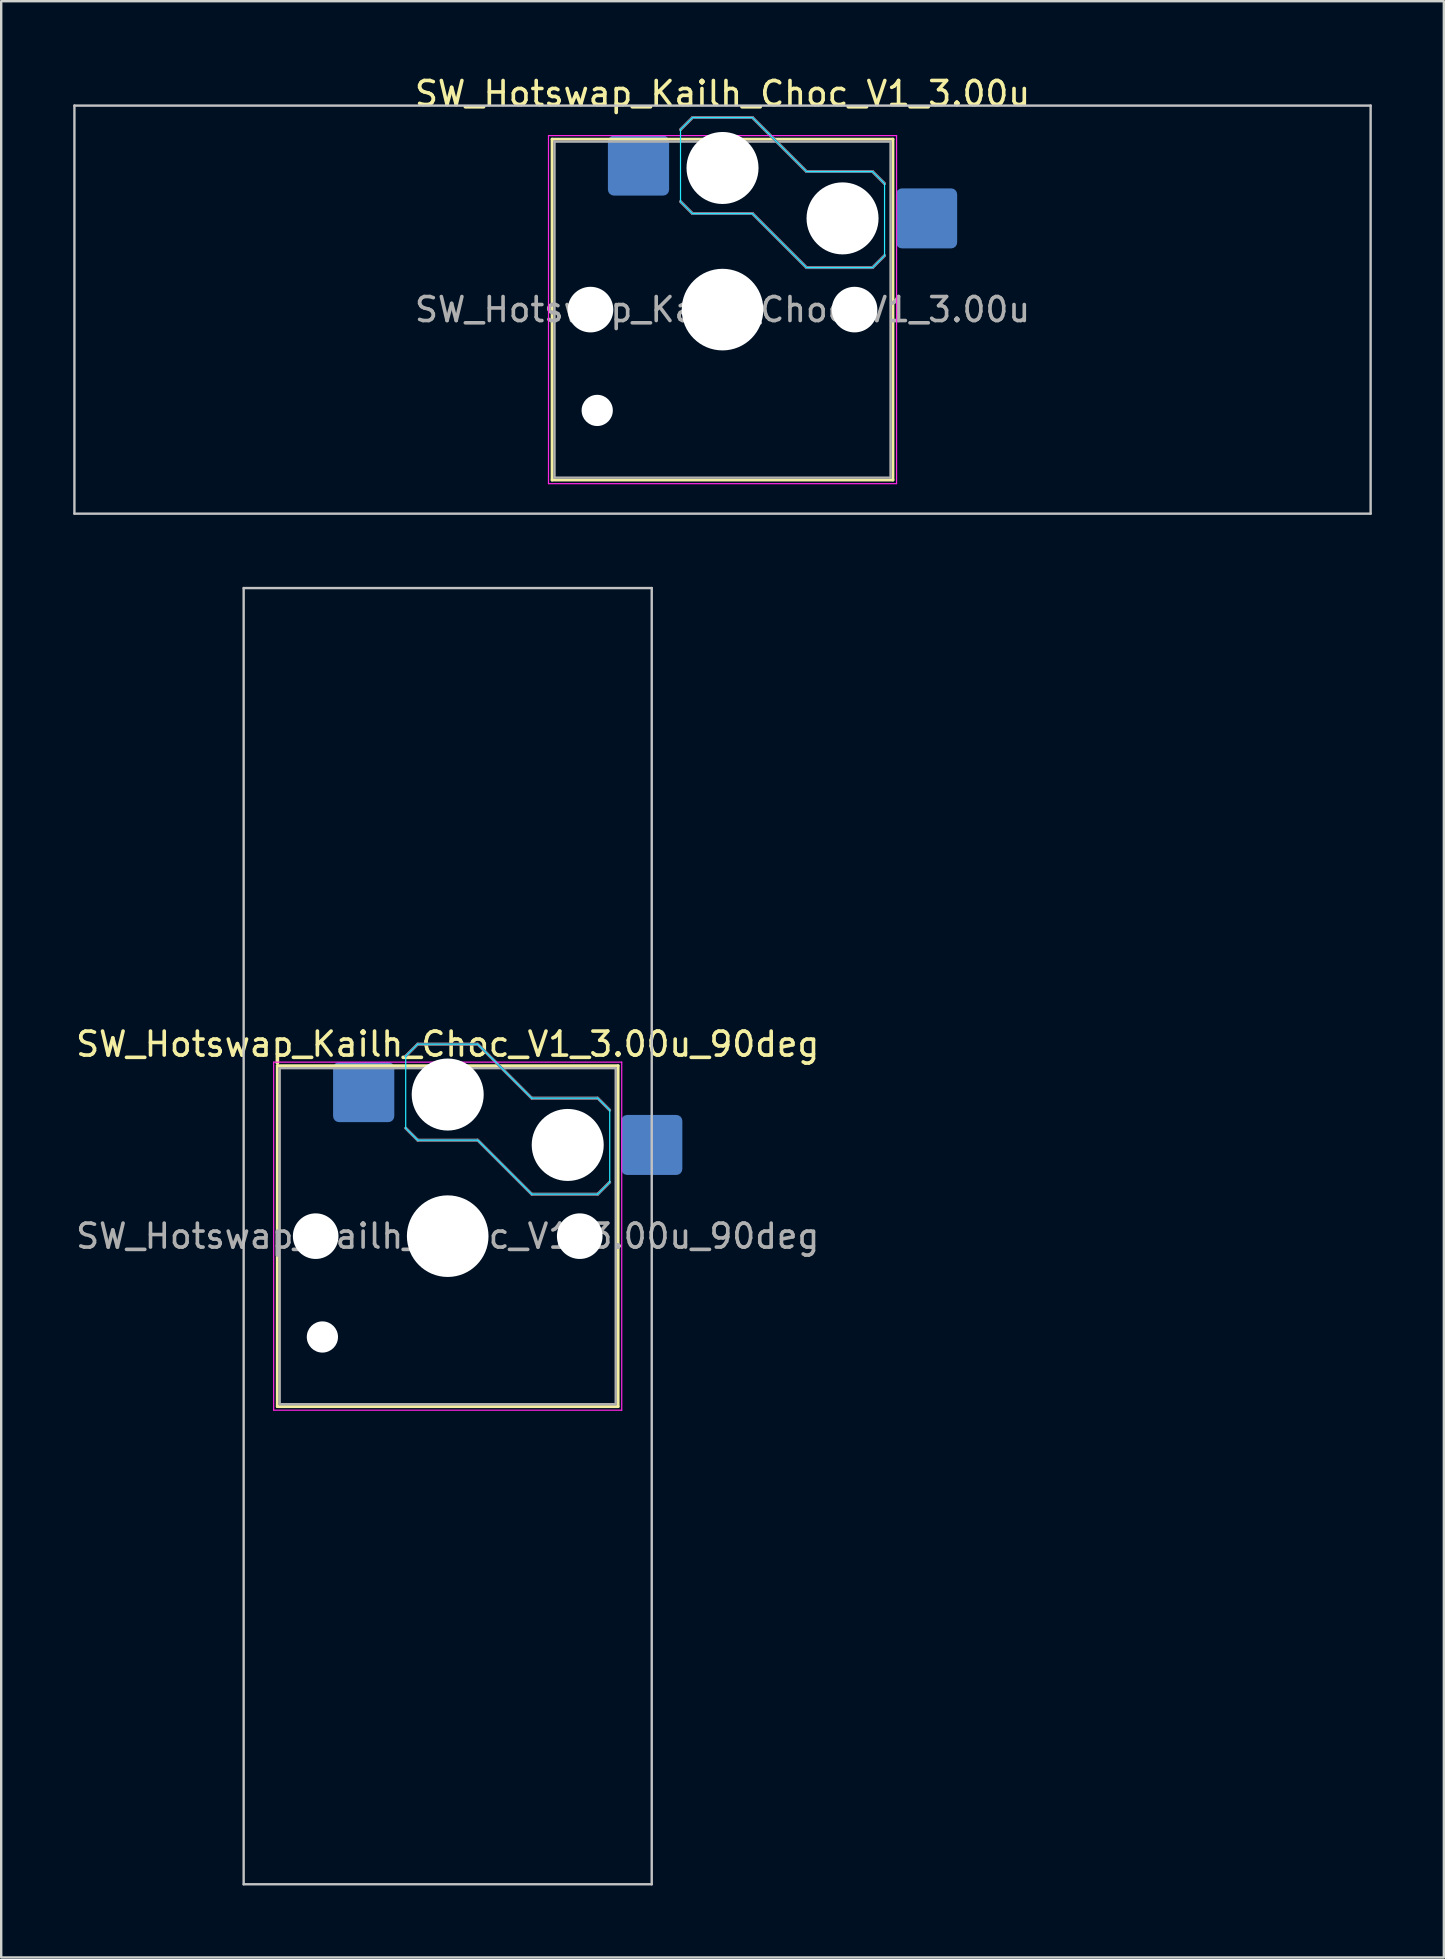
<source format=kicad_pcb>
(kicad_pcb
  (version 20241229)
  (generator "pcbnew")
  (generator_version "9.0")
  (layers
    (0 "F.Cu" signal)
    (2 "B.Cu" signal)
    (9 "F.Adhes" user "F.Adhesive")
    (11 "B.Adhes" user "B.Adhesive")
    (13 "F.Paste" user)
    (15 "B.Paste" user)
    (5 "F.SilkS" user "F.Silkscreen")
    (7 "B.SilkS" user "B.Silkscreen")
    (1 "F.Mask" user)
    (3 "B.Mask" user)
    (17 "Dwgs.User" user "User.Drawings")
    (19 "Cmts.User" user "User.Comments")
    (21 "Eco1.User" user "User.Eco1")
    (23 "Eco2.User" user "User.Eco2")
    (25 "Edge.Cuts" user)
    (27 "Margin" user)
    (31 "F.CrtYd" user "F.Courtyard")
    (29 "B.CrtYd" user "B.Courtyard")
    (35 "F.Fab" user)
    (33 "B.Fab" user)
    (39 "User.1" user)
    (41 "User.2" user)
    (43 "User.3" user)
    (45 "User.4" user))
  (footprint "SW_Hotswap_Kailh_Choc_V1_3.00u_90deg"
    (layer "F.Cu")
    (at 15.601 48.448)
    (property "Reference" "SW_Hotswap_Kailh_Choc_V1_3.00u_90deg" (at 0 -8 0) (layer "F.SilkS") (effects (font (size 1 1) (thickness 0.15))))
    (attr smd)
    (fp_line (start -7.1 -7.1) (end -7.1 7.1) (stroke (width 0.12) (type solid)) (layer "F.SilkS"))
    (fp_line (start -7.1 7.1) (end 7.1 7.1) (stroke (width 0.12) (type solid)) (layer "F.SilkS"))
    (fp_line (start 7.1 -7.1) (end -7.1 -7.1) (stroke (width 0.12) (type solid)) (layer "F.SilkS"))
    (fp_line (start 7.1 7.1) (end 7.1 -7.1) (stroke (width 0.12) (type solid)) (layer "F.SilkS"))
    (fp_line (start -1.75 -7.5) (end -1.25 -8) (stroke (width 0.12) (type solid)) (layer "B.SilkS"))
    (fp_line (start -1.25 -8) (end 1.25 -8) (stroke (width 0.12) (type solid)) (layer "B.SilkS"))
    (fp_line (start -1.25 -4) (end -1.75 -4.5) (stroke (width 0.12) (type solid)) (layer "B.SilkS"))
    (fp_line (start 1.25 -8) (end 3.5 -5.75) (stroke (width 0.12) (type solid)) (layer "B.SilkS"))
    (fp_line (start 1.25 -4) (end -1.25 -4) (stroke (width 0.12) (type solid)) (layer "B.SilkS"))
    (fp_line (start 3.5 -5.75) (end 6.25 -5.75) (stroke (width 0.12) (type solid)) (layer "B.SilkS"))
    (fp_line (start 3.5 -1.75) (end 1.25 -4) (stroke (width 0.12) (type solid)) (layer "B.SilkS"))
    (fp_line (start 6.25 -5.75) (end 6.75 -5.25) (stroke (width 0.12) (type solid)) (layer "B.SilkS"))
    (fp_line (start 6.25 -1.75) (end 3.5 -1.75) (stroke (width 0.12) (type solid)) (layer "B.SilkS"))
    (fp_line (start 6.75 -2.25) (end 6.25 -1.75) (stroke (width 0.12) (type solid)) (layer "B.SilkS"))
    (fp_line (start -8.5 -27) (end 8.5 -27) (stroke (width 0.1) (type solid)) (layer "Dwgs.User"))
    (fp_line (start -8.5 27) (end -8.5 -27) (stroke (width 0.1) (type solid)) (layer "Dwgs.User"))
    (fp_line (start 8.5 -27) (end 8.5 27) (stroke (width 0.1) (type solid)) (layer "Dwgs.User"))
    (fp_line (start 8.5 27) (end -8.5 27) (stroke (width 0.1) (type solid)) (layer "Dwgs.User"))
    (fp_line (start -1.75 -7.5) (end -1.25 -8) (stroke (width 0.05) (type solid)) (layer "B.CrtYd"))
    (fp_line (start -1.75 -4.5) (end -1.75 -7.5) (stroke (width 0.05) (type solid)) (layer "B.CrtYd"))
    (fp_line (start -1.25 -8) (end 1.25 -8) (stroke (width 0.05) (type solid)) (layer "B.CrtYd"))
    (fp_line (start -1.25 -4) (end -1.75 -4.5) (stroke (width 0.05) (type solid)) (layer "B.CrtYd"))
    (fp_line (start 1.25 -8) (end 3.5 -5.75) (stroke (width 0.05) (type solid)) (layer "B.CrtYd"))
    (fp_line (start 1.25 -4) (end -1.25 -4) (stroke (width 0.05) (type solid)) (layer "B.CrtYd"))
    (fp_line (start 3.5 -5.75) (end 6.25 -5.75) (stroke (width 0.05) (type solid)) (layer "B.CrtYd"))
    (fp_line (start 3.5 -1.75) (end 1.25 -4) (stroke (width 0.05) (type solid)) (layer "B.CrtYd"))
    (fp_line (start 6.25 -5.75) (end 6.75 -5.25) (stroke (width 0.05) (type solid)) (layer "B.CrtYd"))
    (fp_line (start 6.25 -1.75) (end 3.5 -1.75) (stroke (width 0.05) (type solid)) (layer "B.CrtYd"))
    (fp_line (start 6.75 -5.25) (end 6.75 -2.25) (stroke (width 0.05) (type solid)) (layer "B.CrtYd"))
    (fp_line (start 6.75 -2.25) (end 6.25 -1.75) (stroke (width 0.05) (type solid)) (layer "B.CrtYd"))
    (fp_line (start -7.25 -7.25) (end -7.25 7.25) (stroke (width 0.05) (type solid)) (layer "F.CrtYd"))
    (fp_line (start -7.25 7.25) (end 7.25 7.25) (stroke (width 0.05) (type solid)) (layer "F.CrtYd"))
    (fp_line (start 7.25 -7.25) (end -7.25 -7.25) (stroke (width 0.05) (type solid)) (layer "F.CrtYd"))
    (fp_line (start 7.25 7.25) (end 7.25 -7.25) (stroke (width 0.05) (type solid)) (layer "F.CrtYd"))
    (fp_line (start -1.75 -7.5) (end -1.25 -8) (stroke (width 0.1) (type solid)) (layer "B.Fab"))
    (fp_line (start -1.25 -8) (end 1.25 -8) (stroke (width 0.1) (type solid)) (layer "B.Fab"))
    (fp_line (start -1.25 -4) (end -1.75 -4.5) (stroke (width 0.1) (type solid)) (layer "B.Fab"))
    (fp_line (start 1.25 -8) (end 3.5 -5.75) (stroke (width 0.1) (type solid)) (layer "B.Fab"))
    (fp_line (start 1.25 -4) (end -1.25 -4) (stroke (width 0.1) (type solid)) (layer "B.Fab"))
    (fp_line (start 3.5 -5.75) (end 6.25 -5.75) (stroke (width 0.1) (type solid)) (layer "B.Fab"))
    (fp_line (start 3.5 -1.75) (end 1.25 -4) (stroke (width 0.1) (type solid)) (layer "B.Fab"))
    (fp_line (start 6.25 -5.75) (end 6.75 -5.25) (stroke (width 0.1) (type solid)) (layer "B.Fab"))
    (fp_line (start 6.25 -1.75) (end 3.5 -1.75) (stroke (width 0.1) (type solid)) (layer "B.Fab"))
    (fp_line (start 6.75 -2.25) (end 6.25 -1.75) (stroke (width 0.1) (type solid)) (layer "B.Fab"))
    (fp_line (start -7 -7) (end -7 7) (stroke (width 0.1) (type solid)) (layer "F.Fab"))
    (fp_line (start -7 7) (end 7 7) (stroke (width 0.1) (type solid)) (layer "F.Fab"))
    (fp_line (start 7 -7) (end -7 -7) (stroke (width 0.1) (type solid)) (layer "F.Fab"))
    (fp_line (start 7 7) (end 7 -7) (stroke (width 0.1) (type solid)) (layer "F.Fab"))
    (fp_text user "${REFERENCE}" (at 0 0 0) (layer "F.Fab") (effects (font (size 1 1) (thickness 0.15))))
    (pad "" np_thru_hole circle (at -5.5 0) (size 1.9 1.9) (drill 1.9) (layers "*.Cu" "*.Mask"))
    (pad "" np_thru_hole circle (at -5.22 4.2) (size 1.3 1.3) (drill 1.3) (layers "*.Cu" "*.Mask"))
    (pad "" np_thru_hole circle (at 0 -5.9) (size 3 3) (drill 3) (layers "*.Cu" "*.Mask"))
    (pad "" np_thru_hole circle (at 0 0) (size 3.4 3.4) (drill 3.4) (layers "*.Cu" "*.Mask"))
    (pad "" np_thru_hole circle (at 5 -3.8) (size 3 3) (drill 3) (layers "*.Cu" "*.Mask"))
    (pad "" np_thru_hole circle (at 5.5 0) (size 1.9 1.9) (drill 1.9) (layers "*.Cu" "*.Mask"))
    (pad "1" smd roundrect (at -3.5 -6) (size 2.55 2.5) (layers "B.Cu" "B.Mask" "B.Paste") (roundrect_rratio 0.1))
    (pad "2" smd roundrect (at 8.5 -3.8) (size 2.55 2.5) (layers "B.Cu" "B.Mask" "B.Paste") (roundrect_rratio 0.1)))
  (footprint "SW_Hotswap_Kailh_Choc_V1_3.00u"
    (layer "F.Cu")
    (at 27.05 9.848)
    (property "Reference" "SW_Hotswap_Kailh_Choc_V1_3.00u" (at 0 -9 0) (layer "F.SilkS") (effects (font (size 1 1) (thickness 0.15))))
    (attr smd)
    (fp_line (start -7.1 -7.1) (end -7.1 7.1) (stroke (width 0.12) (type solid)) (layer "F.SilkS"))
    (fp_line (start -7.1 7.1) (end 7.1 7.1) (stroke (width 0.12) (type solid)) (layer "F.SilkS"))
    (fp_line (start 7.1 -7.1) (end -7.1 -7.1) (stroke (width 0.12) (type solid)) (layer "F.SilkS"))
    (fp_line (start 7.1 7.1) (end 7.1 -7.1) (stroke (width 0.12) (type solid)) (layer "F.SilkS"))
    (fp_line (start -1.75 -7.5) (end -1.25 -8) (stroke (width 0.12) (type solid)) (layer "B.SilkS"))
    (fp_line (start -1.25 -8) (end 1.25 -8) (stroke (width 0.12) (type solid)) (layer "B.SilkS"))
    (fp_line (start -1.25 -4) (end -1.75 -4.5) (stroke (width 0.12) (type solid)) (layer "B.SilkS"))
    (fp_line (start 1.25 -8) (end 3.5 -5.75) (stroke (width 0.12) (type solid)) (layer "B.SilkS"))
    (fp_line (start 1.25 -4) (end -1.25 -4) (stroke (width 0.12) (type solid)) (layer "B.SilkS"))
    (fp_line (start 3.5 -5.75) (end 6.25 -5.75) (stroke (width 0.12) (type solid)) (layer "B.SilkS"))
    (fp_line (start 3.5 -1.75) (end 1.25 -4) (stroke (width 0.12) (type solid)) (layer "B.SilkS"))
    (fp_line (start 6.25 -5.75) (end 6.75 -5.25) (stroke (width 0.12) (type solid)) (layer "B.SilkS"))
    (fp_line (start 6.25 -1.75) (end 3.5 -1.75) (stroke (width 0.12) (type solid)) (layer "B.SilkS"))
    (fp_line (start 6.75 -2.25) (end 6.25 -1.75) (stroke (width 0.12) (type solid)) (layer "B.SilkS"))
    (fp_line (start -27 -8.5) (end -27 8.5) (stroke (width 0.1) (type solid)) (layer "Dwgs.User"))
    (fp_line (start -27 8.5) (end 27 8.5) (stroke (width 0.1) (type solid)) (layer "Dwgs.User"))
    (fp_line (start 27 -8.5) (end -27 -8.5) (stroke (width 0.1) (type solid)) (layer "Dwgs.User"))
    (fp_line (start 27 8.5) (end 27 -8.5) (stroke (width 0.1) (type solid)) (layer "Dwgs.User"))
    (fp_line (start -1.75 -7.5) (end -1.25 -8) (stroke (width 0.05) (type solid)) (layer "B.CrtYd"))
    (fp_line (start -1.75 -4.5) (end -1.75 -7.5) (stroke (width 0.05) (type solid)) (layer "B.CrtYd"))
    (fp_line (start -1.25 -8) (end 1.25 -8) (stroke (width 0.05) (type solid)) (layer "B.CrtYd"))
    (fp_line (start -1.25 -4) (end -1.75 -4.5) (stroke (width 0.05) (type solid)) (layer "B.CrtYd"))
    (fp_line (start 1.25 -8) (end 3.5 -5.75) (stroke (width 0.05) (type solid)) (layer "B.CrtYd"))
    (fp_line (start 1.25 -4) (end -1.25 -4) (stroke (width 0.05) (type solid)) (layer "B.CrtYd"))
    (fp_line (start 3.5 -5.75) (end 6.25 -5.75) (stroke (width 0.05) (type solid)) (layer "B.CrtYd"))
    (fp_line (start 3.5 -1.75) (end 1.25 -4) (stroke (width 0.05) (type solid)) (layer "B.CrtYd"))
    (fp_line (start 6.25 -5.75) (end 6.75 -5.25) (stroke (width 0.05) (type solid)) (layer "B.CrtYd"))
    (fp_line (start 6.25 -1.75) (end 3.5 -1.75) (stroke (width 0.05) (type solid)) (layer "B.CrtYd"))
    (fp_line (start 6.75 -5.25) (end 6.75 -2.25) (stroke (width 0.05) (type solid)) (layer "B.CrtYd"))
    (fp_line (start 6.75 -2.25) (end 6.25 -1.75) (stroke (width 0.05) (type solid)) (layer "B.CrtYd"))
    (fp_line (start -7.25 -7.25) (end -7.25 7.25) (stroke (width 0.05) (type solid)) (layer "F.CrtYd"))
    (fp_line (start -7.25 7.25) (end 7.25 7.25) (stroke (width 0.05) (type solid)) (layer "F.CrtYd"))
    (fp_line (start 7.25 -7.25) (end -7.25 -7.25) (stroke (width 0.05) (type solid)) (layer "F.CrtYd"))
    (fp_line (start 7.25 7.25) (end 7.25 -7.25) (stroke (width 0.05) (type solid)) (layer "F.CrtYd"))
    (fp_line (start -1.75 -7.5) (end -1.25 -8) (stroke (width 0.1) (type solid)) (layer "B.Fab"))
    (fp_line (start -1.25 -8) (end 1.25 -8) (stroke (width 0.1) (type solid)) (layer "B.Fab"))
    (fp_line (start -1.25 -4) (end -1.75 -4.5) (stroke (width 0.1) (type solid)) (layer "B.Fab"))
    (fp_line (start 1.25 -8) (end 3.5 -5.75) (stroke (width 0.1) (type solid)) (layer "B.Fab"))
    (fp_line (start 1.25 -4) (end -1.25 -4) (stroke (width 0.1) (type solid)) (layer "B.Fab"))
    (fp_line (start 3.5 -5.75) (end 6.25 -5.75) (stroke (width 0.1) (type solid)) (layer "B.Fab"))
    (fp_line (start 3.5 -1.75) (end 1.25 -4) (stroke (width 0.1) (type solid)) (layer "B.Fab"))
    (fp_line (start 6.25 -5.75) (end 6.75 -5.25) (stroke (width 0.1) (type solid)) (layer "B.Fab"))
    (fp_line (start 6.25 -1.75) (end 3.5 -1.75) (stroke (width 0.1) (type solid)) (layer "B.Fab"))
    (fp_line (start 6.75 -2.25) (end 6.25 -1.75) (stroke (width 0.1) (type solid)) (layer "B.Fab"))
    (fp_line (start -7 -7) (end -7 7) (stroke (width 0.1) (type solid)) (layer "F.Fab"))
    (fp_line (start -7 7) (end 7 7) (stroke (width 0.1) (type solid)) (layer "F.Fab"))
    (fp_line (start 7 -7) (end -7 -7) (stroke (width 0.1) (type solid)) (layer "F.Fab"))
    (fp_line (start 7 7) (end 7 -7) (stroke (width 0.1) (type solid)) (layer "F.Fab"))
    (fp_text user "${REFERENCE}" (at 0 0 0) (layer "F.Fab") (effects (font (size 1 1) (thickness 0.15))))
    (pad "" np_thru_hole circle (at -5.5 0) (size 1.9 1.9) (drill 1.9) (layers "*.Cu" "*.Mask"))
    (pad "" np_thru_hole circle (at -5.22 4.2) (size 1.3 1.3) (drill 1.3) (layers "*.Cu" "*.Mask"))
    (pad "" np_thru_hole circle (at 0 -5.9) (size 3 3) (drill 3) (layers "*.Cu" "*.Mask"))
    (pad "" np_thru_hole circle (at 0 0) (size 3.4 3.4) (drill 3.4) (layers "*.Cu" "*.Mask"))
    (pad "" np_thru_hole circle (at 5 -3.8) (size 3 3) (drill 3) (layers "*.Cu" "*.Mask"))
    (pad "" np_thru_hole circle (at 5.5 0) (size 1.9 1.9) (drill 1.9) (layers "*.Cu" "*.Mask"))
    (pad "1" smd roundrect (at -3.5 -6) (size 2.55 2.5) (layers "B.Cu" "B.Mask" "B.Paste") (roundrect_rratio 0.1))
    (pad "2" smd roundrect (at 8.5 -3.8) (size 2.55 2.5) (layers "B.Cu" "B.Mask" "B.Paste") (roundrect_rratio 0.1)))
  (gr_rect
    (start -3 -3)
    (end 57.1 78.498)
    (stroke (width 0.1) (type default))
    (fill no)
    (layer "Edge.Cuts")))
</source>
